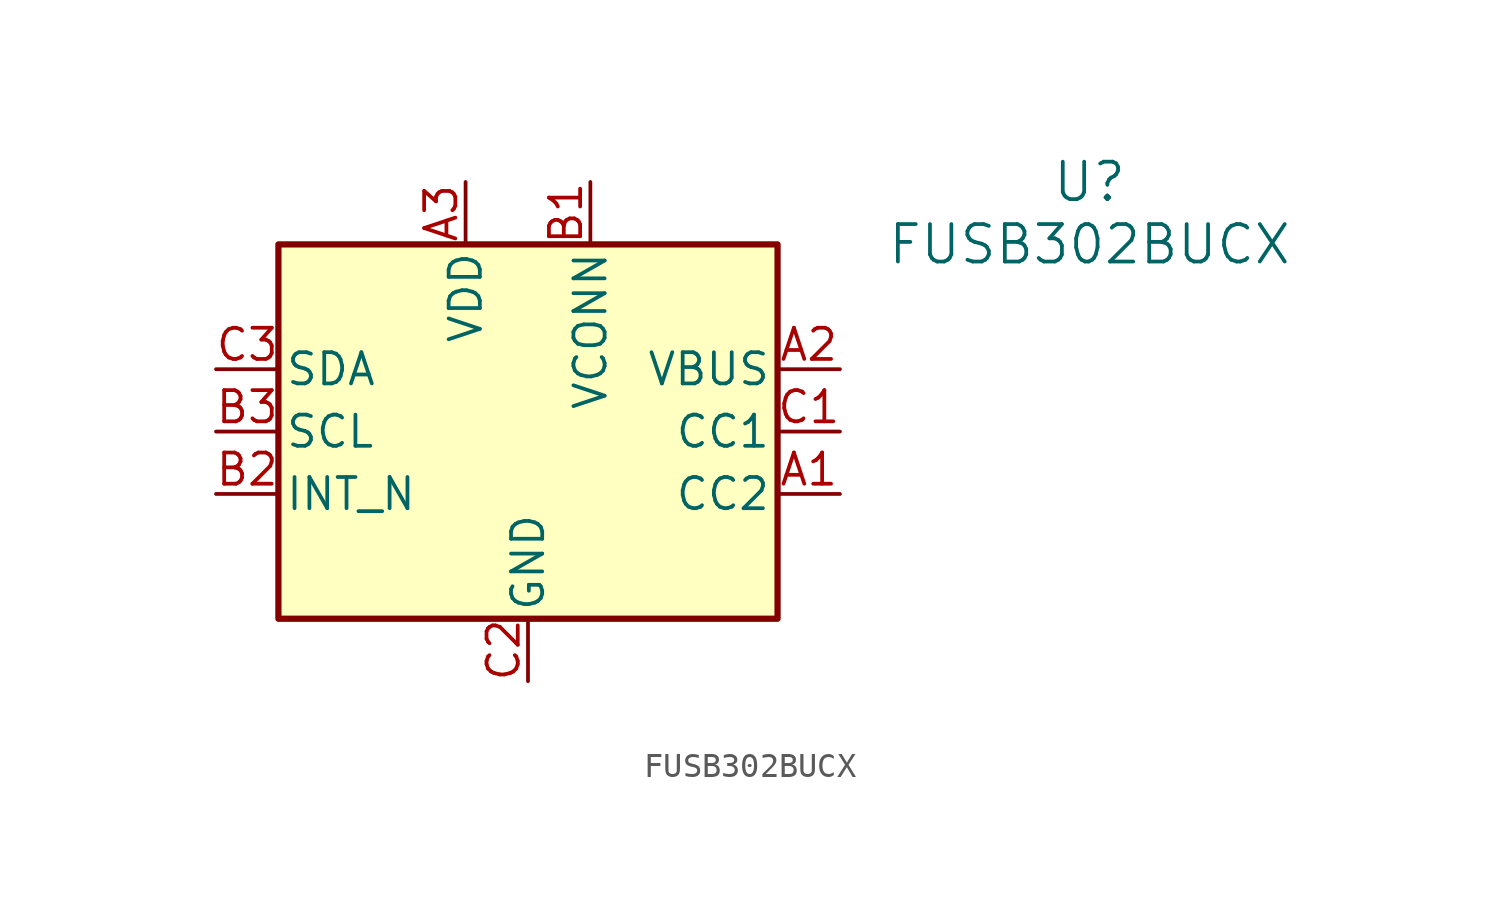
<source format=kicad_sym>
(kicad_symbol_lib
  (version 20240819)
  (generator "kicad_symbol_editor")
  (generator_version "8.99")
  (symbol "FUSB302BUCX"
    (pin_names
      (offset 0.254))
    (property "Reference" "U"
      (at 22.86 10.16 0)
      (effects (font (size 1.524 1.524))))
    (property "Value" "FUSB302BUCX"
      (at 22.86 7.62 0)
      (effects (font (size 1.524 1.524))))
    (symbol "FUSB302BUCX_0_1"
      (rectangle (start -10.16 7.62) (end 10.16 -7.62) (stroke (width 0.254) (type default)) (fill (type background)))
      (pin unspecified line (at -12.7 2.54 0) (length 2.54) (name "SDA" (effects (font (size 1.27 1.27)))) (number "C3" (effects (font (size 1.27 1.27)))))
      (pin unspecified line (at -12.7 0 0) (length 2.54) (name "SCL" (effects (font (size 1.27 1.27)))) (number "B3" (effects (font (size 1.27 1.27)))))
      (pin input line (at -12.7 -2.54 0) (length 2.54) (name "INT_N" (effects (font (size 1.27 1.27)))) (number "B2" (effects (font (size 1.27 1.27)))))
      (pin power_in line (at -2.54 10.16 270) (length 2.54) (name "VDD" (effects (font (size 1.27 1.27)))) (number "A3" (effects (font (size 1.27 1.27)))))
      (pin power_out line (at 0 -10.16 90) (length 2.54) (name "GND" (effects (font (size 1.27 1.27)))) (number "C2" (effects (font (size 1.27 1.27)))))
      (pin unspecified line (at 2.54 10.16 270) (length 2.54) (name "VCONN" (effects (font (size 1.27 1.27)))) (number "B1" (effects (font (size 1.27 1.27)))))
      (pin unspecified line (at 12.7 2.54 180) (length 2.54) (name "VBUS" (effects (font (size 1.27 1.27)))) (number "A2" (effects (font (size 1.27 1.27)))))
      (pin bidirectional line (at 12.7 0 180) (length 2.54) (name "CC1" (effects (font (size 1.27 1.27)))) (number "C1" (effects (font (size 1.27 1.27)))))
      (pin bidirectional line (at 12.7 -2.54 180) (length 2.54) (name "CC2" (effects (font (size 1.27 1.27)))) (number "A1" (effects (font (size 1.27 1.27))))))))
</source>
